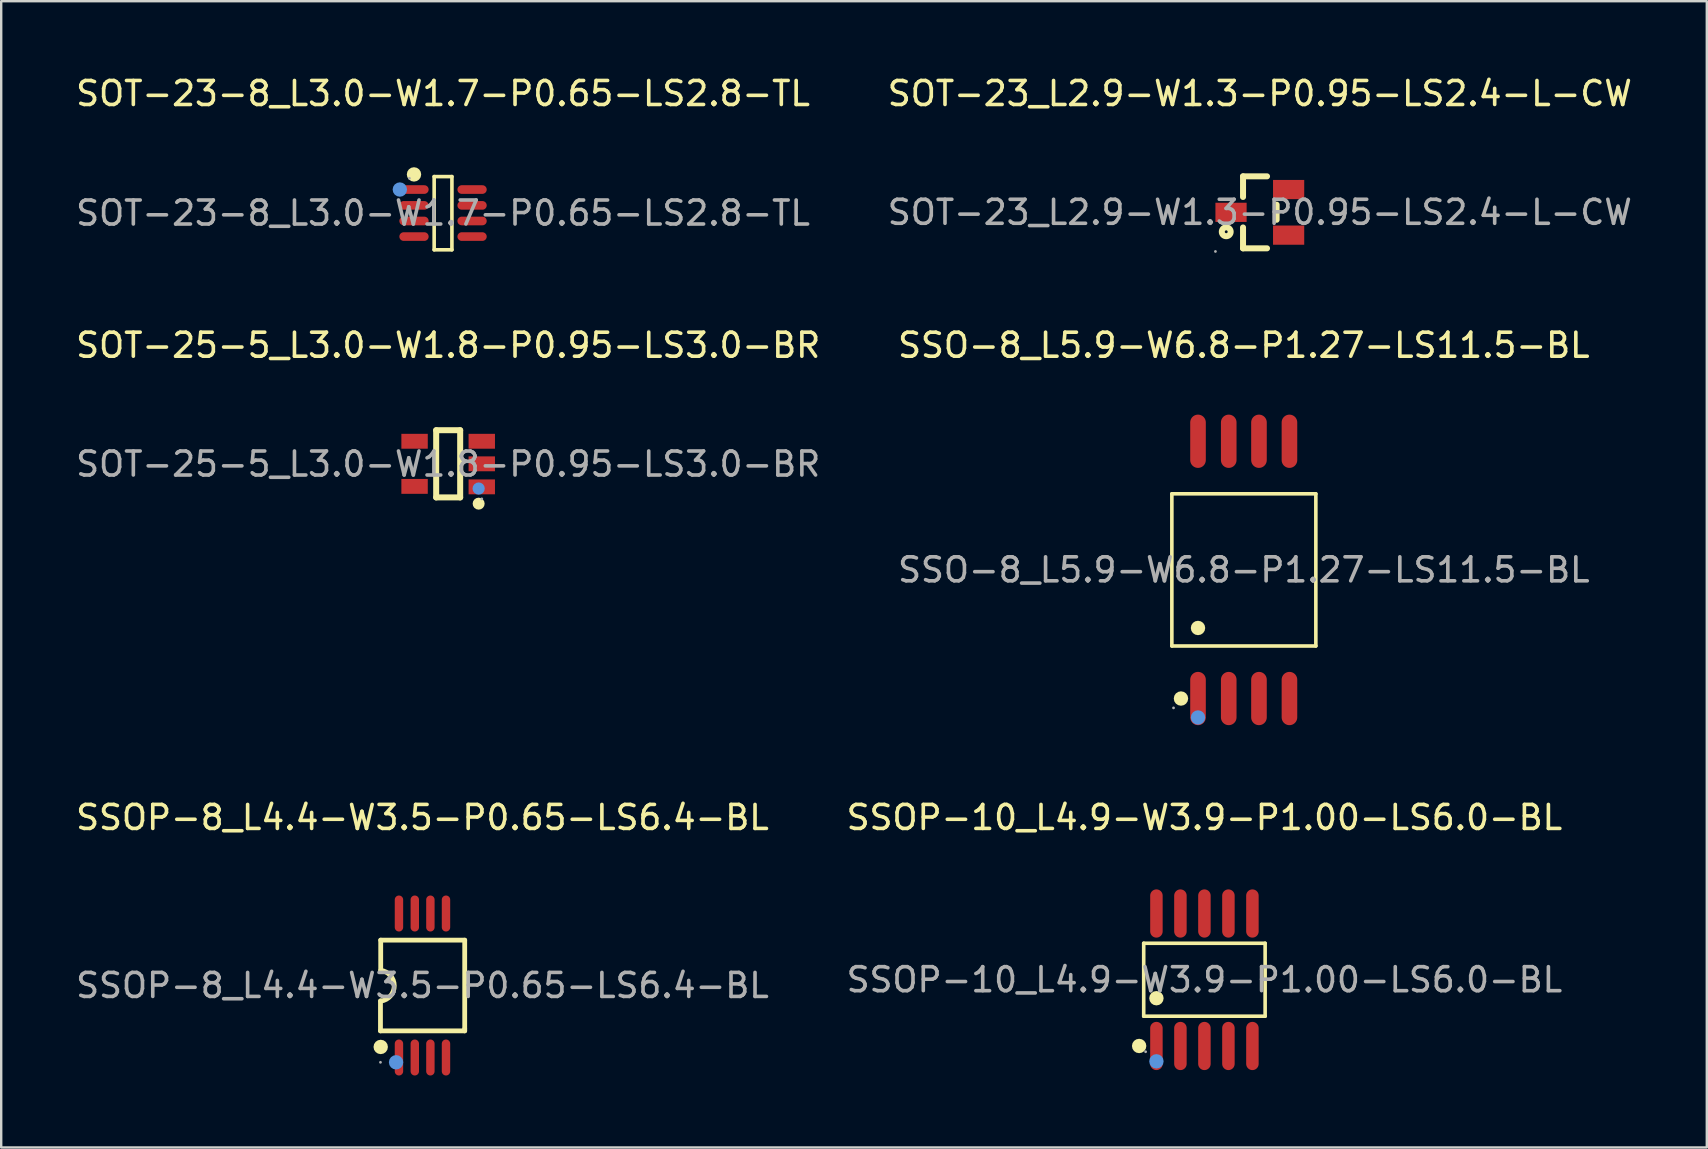
<source format=kicad_pcb>
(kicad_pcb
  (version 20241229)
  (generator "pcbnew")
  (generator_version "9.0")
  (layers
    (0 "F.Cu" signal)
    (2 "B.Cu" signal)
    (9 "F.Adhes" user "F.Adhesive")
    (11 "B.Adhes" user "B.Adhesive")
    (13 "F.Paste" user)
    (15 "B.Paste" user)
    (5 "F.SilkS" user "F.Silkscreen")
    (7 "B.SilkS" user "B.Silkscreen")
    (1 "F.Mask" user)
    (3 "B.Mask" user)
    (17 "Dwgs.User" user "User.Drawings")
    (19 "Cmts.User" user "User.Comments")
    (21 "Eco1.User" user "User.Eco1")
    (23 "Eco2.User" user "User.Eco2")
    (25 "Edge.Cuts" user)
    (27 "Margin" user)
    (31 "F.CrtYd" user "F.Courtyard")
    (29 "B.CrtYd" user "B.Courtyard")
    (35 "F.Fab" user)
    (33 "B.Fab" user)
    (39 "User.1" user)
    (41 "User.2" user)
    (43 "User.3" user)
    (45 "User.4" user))
  (footprint "SSOP-10_L4.9-W3.9-P1.00-LS6.0-BL"
    (layer "F.Cu")
    (at 47.137 37.775)
    (property "Reference" "SSOP-10_L4.9-W3.9-P1.00-LS6.0-BL" (at 0 -6.76 0) (layer "F.SilkS") (effects (font (size 1 1) (thickness 0.15))))
    (attr through_hole)
    (fp_line (start -2.53 -1.52) (end 2.53 -1.52) (stroke (width 0.15) (type solid)) (layer "F.SilkS"))
    (fp_line (start -2.53 1.52) (end -2.53 -1.52) (stroke (width 0.15) (type solid)) (layer "F.SilkS"))
    (fp_line (start 2.53 -1.52) (end 2.53 1.52) (stroke (width 0.15) (type solid)) (layer "F.SilkS"))
    (fp_line (start 2.53 1.52) (end -2.53 1.52) (stroke (width 0.15) (type solid)) (layer "F.SilkS"))
    (fp_circle (center -2.72 2.76) (end -2.57 2.76) (stroke (width 0.3) (type solid)) (fill no) (layer "F.SilkS"))
    (fp_circle (center -2 0.77) (end -1.85 0.77) (stroke (width 0.3) (type solid)) (fill no) (layer "F.SilkS"))
    (fp_circle (center -2 3.4) (end -1.85 3.4) (stroke (width 0.3) (type solid)) (fill no) (layer "Cmts.User"))
    (fp_circle (center -2.45 3) (end -2.42 3) (stroke (width 0.06) (type solid)) (fill no) (layer "F.Fab"))
    (fp_text user "${REFERENCE}" (at 0 0 0) (layer "F.Fab") (effects (font (size 1 1) (thickness 0.15))))
    (pad "1" smd oval (at -2 2.76) (size 0.52 2.01) (layers "F.Cu" "F.Mask" "F.Paste"))
    (pad "2" smd oval (at -1 2.76) (size 0.52 2.01) (layers "F.Cu" "F.Mask" "F.Paste"))
    (pad "3" smd oval (at 0 2.76) (size 0.52 2.01) (layers "F.Cu" "F.Mask" "F.Paste"))
    (pad "4" smd oval (at 1 2.76) (size 0.52 2.01) (layers "F.Cu" "F.Mask" "F.Paste"))
    (pad "5" smd oval (at 2 2.76) (size 0.52 2.01) (layers "F.Cu" "F.Mask" "F.Paste"))
    (pad "6" smd oval (at 2 -2.76) (size 0.52 2.01) (layers "F.Cu" "F.Mask" "F.Paste"))
    (pad "7" smd oval (at 1 -2.76) (size 0.52 2.01) (layers "F.Cu" "F.Mask" "F.Paste"))
    (pad "8" smd oval (at 0 -2.76) (size 0.52 2.01) (layers "F.Cu" "F.Mask" "F.Paste"))
    (pad "9" smd oval (at -1 -2.76) (size 0.52 2.01) (layers "F.Cu" "F.Mask" "F.Paste"))
    (pad "10" smd oval (at -2 -2.76) (size 0.52 2.01) (layers "F.Cu" "F.Mask" "F.Paste")))
  (footprint "SOT-23-8_L3.0-W1.7-P0.65-LS2.8-TL"
    (layer "F.Cu")
    (at 15.411 5.828)
    (property "Reference" "SOT-23-8_L3.0-W1.7-P0.65-LS2.8-TL" (at 0 -4.98 0) (layer "F.SilkS") (effects (font (size 1 1) (thickness 0.15))))
    (attr through_hole)
    (fp_line (start -0.37 -1.52) (end 0.37 -1.52) (stroke (width 0.15) (type solid)) (layer "F.SilkS"))
    (fp_line (start -0.37 1.53) (end -0.37 -1.52) (stroke (width 0.15) (type solid)) (layer "F.SilkS"))
    (fp_line (start 0.37 -1.52) (end 0.37 1.53) (stroke (width 0.15) (type solid)) (layer "F.SilkS"))
    (fp_line (start 0.37 1.53) (end -0.37 1.53) (stroke (width 0.15) (type solid)) (layer "F.SilkS"))
    (fp_circle (center -1.21 -1.61) (end -1.06 -1.61) (stroke (width 0.3) (type solid)) (fill no) (layer "F.SilkS"))
    (fp_circle (center -1.8 -0.98) (end -1.65 -0.98) (stroke (width 0.3) (type solid)) (fill no) (layer "Cmts.User"))
    (fp_circle (center -1.4 -1.45) (end -1.37 -1.45) (stroke (width 0.06) (type solid)) (fill no) (layer "F.Fab"))
    (fp_text user "${REFERENCE}" (at 0 0 0) (layer "F.Fab") (effects (font (size 1 1) (thickness 0.15))))
    (pad "1" smd oval (at -1.21 -0.98 270) (size 0.36 1.22) (layers "F.Cu" "F.Mask" "F.Paste"))
    (pad "2" smd oval (at -1.21 -0.32 270) (size 0.36 1.22) (layers "F.Cu" "F.Mask" "F.Paste"))
    (pad "3" smd oval (at -1.21 0.33 270) (size 0.36 1.22) (layers "F.Cu" "F.Mask" "F.Paste"))
    (pad "4" smd oval (at -1.21 0.98 270) (size 0.36 1.22) (layers "F.Cu" "F.Mask" "F.Paste"))
    (pad "5" smd oval (at 1.21 0.98 270) (size 0.36 1.22) (layers "F.Cu" "F.Mask" "F.Paste"))
    (pad "6" smd oval (at 1.21 0.33 270) (size 0.36 1.22) (layers "F.Cu" "F.Mask" "F.Paste"))
    (pad "7" smd oval (at 1.21 -0.32 270) (size 0.36 1.22) (layers "F.Cu" "F.Mask" "F.Paste"))
    (pad "8" smd oval (at 1.21 -0.98 270) (size 0.36 1.22) (layers "F.Cu" "F.Mask" "F.Paste")))
  (footprint "SSO-8_L5.9-W6.8-P1.27-LS11.5-BL"
    (layer "F.Cu")
    (at 48.78 20.697)
    (property "Reference" "SSO-8_L5.9-W6.8-P1.27-LS11.5-BL" (at 0 -9.36 0) (layer "F.SilkS") (effects (font (size 1 1) (thickness 0.15))))
    (attr through_hole)
    (fp_line (start -3 -3.17) (end 3 -3.17) (stroke (width 0.15) (type solid)) (layer "F.SilkS"))
    (fp_line (start -3 3.17) (end -3 -3.17) (stroke (width 0.15) (type solid)) (layer "F.SilkS"))
    (fp_line (start 3 -3.17) (end 3 3.17) (stroke (width 0.15) (type solid)) (layer "F.SilkS"))
    (fp_line (start 3 3.17) (end -3 3.17) (stroke (width 0.15) (type solid)) (layer "F.SilkS"))
    (fp_circle (center -2.62 5.36) (end -2.47 5.36) (stroke (width 0.3) (type solid)) (fill no) (layer "F.SilkS"))
    (fp_circle (center -1.91 2.42) (end -1.76 2.42) (stroke (width 0.3) (type solid)) (fill no) (layer "F.SilkS"))
    (fp_circle (center -1.91 6.15) (end -1.76 6.15) (stroke (width 0.3) (type solid)) (fill no) (layer "Cmts.User"))
    (fp_circle (center -2.93 5.75) (end -2.9 5.75) (stroke (width 0.06) (type solid)) (fill no) (layer "F.Fab"))
    (fp_text user "${REFERENCE}" (at 0 0 0) (layer "F.Fab") (effects (font (size 1 1) (thickness 0.15))))
    (pad "1" smd oval (at -1.91 5.36) (size 0.65 2.22) (layers "F.Cu" "F.Mask" "F.Paste"))
    (pad "2" smd oval (at -0.63 5.36) (size 0.65 2.22) (layers "F.Cu" "F.Mask" "F.Paste"))
    (pad "3" smd oval (at 0.63 5.36) (size 0.65 2.22) (layers "F.Cu" "F.Mask" "F.Paste"))
    (pad "4" smd oval (at 1.9 5.36) (size 0.65 2.22) (layers "F.Cu" "F.Mask" "F.Paste"))
    (pad "5" smd oval (at 1.9 -5.36) (size 0.65 2.22) (layers "F.Cu" "F.Mask" "F.Paste"))
    (pad "6" smd oval (at 0.63 -5.36) (size 0.65 2.22) (layers "F.Cu" "F.Mask" "F.Paste"))
    (pad "7" smd oval (at -0.63 -5.36) (size 0.65 2.22) (layers "F.Cu" "F.Mask" "F.Paste"))
    (pad "8" smd oval (at -1.91 -5.36) (size 0.65 2.22) (layers "F.Cu" "F.Mask" "F.Paste")))
  (footprint "SSOP-8_L4.4-W3.5-P0.65-LS6.4-BL"
    (layer "F.Cu")
    (at 14.554 38.015)
    (property "Reference" "SSOP-8_L4.4-W3.5-P0.65-LS6.4-BL" (at 0 -7 0) (layer "F.SilkS") (effects (font (size 1 1) (thickness 0.15))))
    (attr through_hole)
    (fp_line (start -1.75 1.89) (end -1.75 0.64) (stroke (width 0.2) (type solid)) (layer "F.SilkS"))
    (fp_line (start -1.74 -1.89) (end -1.74 -0.64) (stroke (width 0.2) (type solid)) (layer "F.SilkS"))
    (fp_line (start -1.74 -1.89) (end 1.76 -1.89) (stroke (width 0.2) (type solid)) (layer "F.SilkS"))
    (fp_line (start 1.76 -1.89) (end 1.76 1.81) (stroke (width 0.2) (type solid)) (layer "F.SilkS"))
    (fp_line (start 1.76 1.81) (end 1.76 1.89) (stroke (width 0.2) (type solid)) (layer "F.SilkS"))
    (fp_line (start 1.76 1.89) (end -1.75 1.89) (stroke (width 0.2) (type solid)) (layer "F.SilkS"))
    (fp_arc (start -1.74 -0.63) (mid -1.175019 0.009662) (end -1.73933 0.649916) (stroke (width 0.2) (type solid)) (layer "F.SilkS"))
    (fp_arc (start -1.74 2.56) (mid -1.74 2.56) (end -1.74 2.56) (stroke (width 0.3) (type solid)) (layer "F.SilkS"))
    (fp_circle (center -1.1 3.2) (end -0.95 3.2) (stroke (width 0.3) (type solid)) (fill no) (layer "Cmts.User"))
    (fp_circle (center -1.75 3.2) (end -1.72 3.2) (stroke (width 0.06) (type solid)) (fill no) (layer "F.Fab"))
    (fp_text user "${REFERENCE}" (at 0 0 0) (layer "F.Fab") (effects (font (size 1 1) (thickness 0.15))))
    (pad "1" smd oval (at -0.98 3) (size 0.35 1.5) (layers "F.Cu" "F.Mask" "F.Paste"))
    (pad "2" smd oval (at -0.32 3) (size 0.35 1.5) (layers "F.Cu" "F.Mask" "F.Paste"))
    (pad "3" smd oval (at 0.33 3) (size 0.35 1.5) (layers "F.Cu" "F.Mask" "F.Paste"))
    (pad "4" smd oval (at 0.98 3) (size 0.35 1.5) (layers "F.Cu" "F.Mask" "F.Paste"))
    (pad "5" smd oval (at 0.98 -3) (size 0.35 1.5) (layers "F.Cu" "F.Mask" "F.Paste"))
    (pad "6" smd oval (at 0.33 -3) (size 0.35 1.5) (layers "F.Cu" "F.Mask" "F.Paste"))
    (pad "7" smd oval (at -0.32 -3) (size 0.35 1.5) (layers "F.Cu" "F.Mask" "F.Paste"))
    (pad "8" smd oval (at -0.98 -3) (size 0.35 1.5) (layers "F.Cu" "F.Mask" "F.Paste")))
  (footprint "SOT-25-5_L3.0-W1.8-P0.95-LS3.0-BR"
    (layer "F.Cu")
    (at 15.625 16.287)
    (property "Reference" "SOT-25-5_L3.0-W1.8-P0.95-LS3.0-BR" (at 0 -4.95 0) (layer "F.SilkS") (effects (font (size 1 1) (thickness 0.15))))
    (attr through_hole)
    (fp_line (start -0.5 -1.41) (end 0.5 -1.41) (stroke (width 0.25) (type solid)) (layer "F.SilkS"))
    (fp_line (start -0.5 1.39) (end -0.5 -1.41) (stroke (width 0.25) (type solid)) (layer "F.SilkS"))
    (fp_line (start 0.5 -1.41) (end 0.5 1.39) (stroke (width 0.25) (type solid)) (layer "F.SilkS"))
    (fp_line (start 0.5 1.39) (end -0.5 1.39) (stroke (width 0.25) (type solid)) (layer "F.SilkS"))
    (fp_arc (start 1.27 1.65) (mid 1.27 1.65) (end 1.27 1.65) (stroke (width 0.25) (type solid)) (layer "F.SilkS"))
    (fp_circle (center 1.27 1.02) (end 1.4 1.02) (stroke (width 0.25) (type solid)) (fill no) (layer "Cmts.User"))
    (fp_circle (center 1.4 1.45) (end 1.43 1.45) (stroke (width 0.06) (type solid)) (fill no) (layer "F.Fab"))
    (fp_text user "${REFERENCE}" (at 0 0 0) (layer "F.Fab") (effects (font (size 1 1) (thickness 0.15))))
    (pad "1" smd rect (at 1.4 0.95 90) (size 0.62 1.1) (layers "F.Cu" "F.Mask" "F.Paste"))
    (pad "2" smd rect (at 1.4 -0.01 90) (size 0.62 1.1) (layers "F.Cu" "F.Mask" "F.Paste"))
    (pad "3" smd rect (at 1.4 -0.95 90) (size 0.62 1.1) (layers "F.Cu" "F.Mask" "F.Paste"))
    (pad "4" smd rect (at -1.4 -0.95 90) (size 0.62 1.1) (layers "F.Cu" "F.Mask" "F.Paste"))
    (pad "5" smd rect (at -1.4 0.93 90) (size 0.62 1.1) (layers "F.Cu" "F.Mask" "F.Paste")))
  (footprint "SOT-23_L2.9-W1.3-P0.95-LS2.4-L-CW"
    (layer "F.Cu")
    (at 49.446 5.798)
    (property "Reference" "SOT-23_L2.9-W1.3-P0.95-LS2.4-L-CW" (at 0 -4.95 0) (layer "F.SilkS") (effects (font (size 1 1) (thickness 0.15))))
    (attr through_hole)
    (fp_line (start -0.7 -1.5) (end 0.3 -1.5) (stroke (width 0.25) (type solid)) (layer "F.SilkS"))
    (fp_line (start -0.7 -0.64) (end -0.7 -1.5) (stroke (width 0.25) (type solid)) (layer "F.SilkS"))
    (fp_line (start -0.7 1.5) (end -0.7 0.63) (stroke (width 0.25) (type solid)) (layer "F.SilkS"))
    (fp_line (start -0.7 1.5) (end 0.3 1.5) (stroke (width 0.25) (type solid)) (layer "F.SilkS"))
    (fp_line (start 0.7 0.31) (end 0.7 -0.32) (stroke (width 0.25) (type solid)) (layer "F.SilkS"))
    (fp_circle (center -1.4 0.81) (end -1.34 0.81) (stroke (width 0.25) (type solid)) (fill no) (layer "F.SilkS"))
    (fp_circle (center -1.85 1.63) (end -1.82 1.63) (stroke (width 0.06) (type solid)) (fill no) (layer "F.Fab"))
    (fp_text user "${REFERENCE}" (at 0 0 0) (layer "F.Fab") (effects (font (size 1 1) (thickness 0.15))))
    (pad "1" smd rect (at -1.2 0 180) (size 1.3 0.8) (layers "F.Cu" "F.Mask" "F.Paste"))
    (pad "2" smd rect (at 1.2 -0.95 180) (size 1.3 0.8) (layers "F.Cu" "F.Mask" "F.Paste"))
    (pad "3" smd rect (at 1.2 0.95 180) (size 1.3 0.8) (layers "F.Cu" "F.Mask" "F.Paste")))
  (gr_rect
    (start -3 -3)
    (end 68.071 44.765)
    (stroke (width 0.1) (type default))
    (fill no)
    (layer "Edge.Cuts")))
</source>
